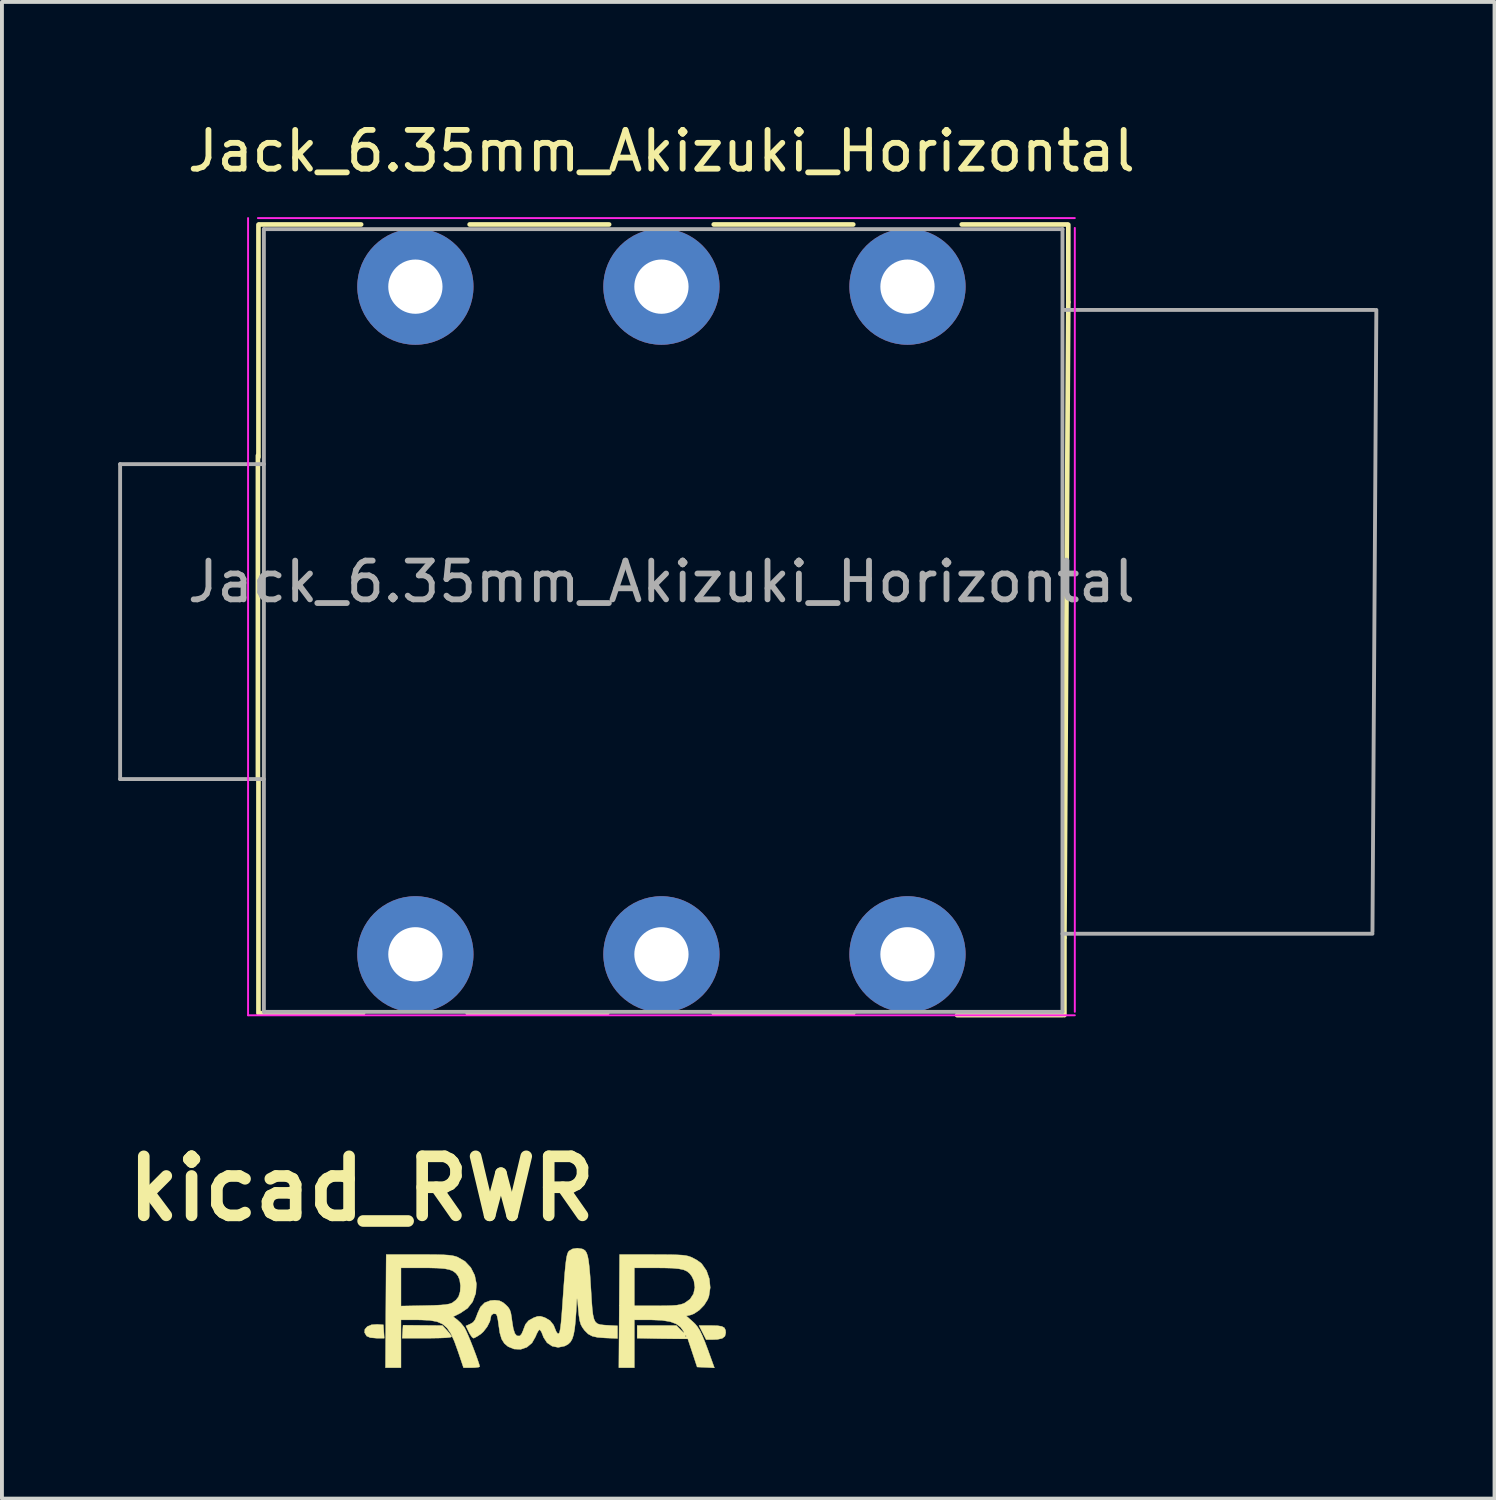
<source format=kicad_pcb>
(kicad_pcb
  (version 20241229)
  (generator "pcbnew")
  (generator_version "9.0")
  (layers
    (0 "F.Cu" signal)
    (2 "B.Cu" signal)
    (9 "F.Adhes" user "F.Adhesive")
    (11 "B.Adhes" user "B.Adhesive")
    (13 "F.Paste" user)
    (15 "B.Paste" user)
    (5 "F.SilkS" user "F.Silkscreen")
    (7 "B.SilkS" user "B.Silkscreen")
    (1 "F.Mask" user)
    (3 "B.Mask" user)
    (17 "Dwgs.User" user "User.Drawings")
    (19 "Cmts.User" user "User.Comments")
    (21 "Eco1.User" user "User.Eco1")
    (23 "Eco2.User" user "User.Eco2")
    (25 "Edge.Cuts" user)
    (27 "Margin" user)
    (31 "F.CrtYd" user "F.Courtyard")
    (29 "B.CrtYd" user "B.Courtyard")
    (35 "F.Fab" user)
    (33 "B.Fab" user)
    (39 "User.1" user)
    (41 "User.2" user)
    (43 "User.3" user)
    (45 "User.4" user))
  (footprint "kicad_RWR"
    (layer "F.Cu")
    (at 6.335 32.376)
    (property "Reference" "kicad_RWR" (at -0.05 -4.75 0) (layer "F.SilkS") (effects (font (size 1.524 1.524) (thickness 0.3))))
    (attr through_hole)
    (fp_poly (pts (xy 0.352 -1.247) (xy 0.509 -1.236) (xy 0.52 -1.063) (xy 0.531 -0.891) (xy 0.332 -0.891) (xy 0.172 -0.905) (xy 0.079 -0.945) (xy 0.076 -0.948) (xy 0.023 -1.037) (xy 0.032 -1.122) (xy 0.096 -1.192) (xy 0.204 -1.237) (xy 0.348 -1.247) (xy 0.352 -1.247)) (stroke (width 0.01) (type solid)) (fill yes) (layer "F.SilkS"))
    (fp_poly (pts (xy 9.13 -1.213) (xy 9.244 -1.195) (xy 9.31 -1.158) (xy 9.339 -1.096) (xy 9.345 -1.03) (xy 9.323 -0.941) (xy 9.253 -0.886) (xy 9.126 -0.859) (xy 9.021 -0.855) (xy 8.838 -0.855) (xy 8.746 -1.036) (xy 8.654 -1.218) (xy 8.956 -1.218) (xy 9.13 -1.213)) (stroke (width 0.01) (type solid)) (fill yes) (layer "F.SilkS"))
    (fp_poly (pts (xy 1.525 -1.221) (xy 2.033 -1.217) (xy 2.151 -1.091) (xy 2.221 -1.009) (xy 2.263 -0.946) (xy 2.269 -0.928) (xy 2.233 -0.913) (xy 2.129 -0.902) (xy 1.96 -0.895) (xy 1.73 -0.891) (xy 1.632 -0.891) (xy 0.995 -0.891) (xy 1.006 -1.059) (xy 1.017 -1.226) (xy 1.525 -1.221)) (stroke (width 0.01) (type solid)) (fill yes) (layer "F.SilkS"))
    (fp_poly (pts (xy 1.693 -3.049) (xy 1.908 -3.047) (xy 2.071 -3.042) (xy 2.194 -3.034) (xy 2.287 -3.022) (xy 2.36 -3.005) (xy 2.423 -2.984) (xy 2.616 -2.873) (xy 2.766 -2.712) (xy 2.866 -2.514) (xy 2.911 -2.291) (xy 2.894 -2.057) (xy 2.891 -2.044) (xy 2.812 -1.83) (xy 2.682 -1.664) (xy 2.495 -1.537) (xy 2.49 -1.535) (xy 2.31 -1.445) (xy 2.417 -1.366) (xy 2.507 -1.282) (xy 2.593 -1.175) (xy 2.608 -1.153) (xy 2.645 -1.08) (xy 2.698 -0.961) (xy 2.76 -0.812) (xy 2.825 -0.648) (xy 2.887 -0.485) (xy 2.94 -0.338) (xy 2.978 -0.225) (xy 2.995 -0.161) (xy 2.995 -0.156) (xy 2.962 -0.142) (xy 2.876 -0.132) (xy 2.786 -0.129) (xy 2.577 -0.129) (xy 2.437 -0.544) (xy 2.342 -0.808) (xy 2.25 -1.009) (xy 2.152 -1.155) (xy 2.036 -1.255) (xy 1.891 -1.318) (xy 1.708 -1.351) (xy 1.475 -1.362) (xy 1.387 -1.363) (xy 0.963 -1.363) (xy 0.963 -0.129) (xy 0.563 -0.129) (xy 0.579 -2.705) (xy 0.963 -2.705) (xy 0.963 -1.72) (xy 1.57 -1.732) (xy 1.812 -1.738) (xy 1.992 -1.747) (xy 2.122 -1.759) (xy 2.213 -1.776) (xy 2.277 -1.799) (xy 2.288 -1.804) (xy 2.382 -1.876) (xy 2.449 -1.96) (xy 2.489 -2.089) (xy 2.499 -2.244) (xy 2.478 -2.395) (xy 2.437 -2.494) (xy 2.38 -2.567) (xy 2.31 -2.621) (xy 2.216 -2.66) (xy 2.089 -2.685) (xy 1.916 -2.699) (xy 1.688 -2.705) (xy 1.547 -2.705) (xy 0.963 -2.705) (xy 0.579 -2.705) (xy 0.582 -3.05) (xy 1.416 -3.05) (xy 1.693 -3.049)) (stroke (width 0.01) (type solid)) (fill yes) (layer "F.SilkS"))
    (fp_poly (pts (xy 7.458 -3.049) (xy 7.732 -3.048) (xy 7.944 -3.046) (xy 8.104 -3.041) (xy 8.224 -3.034) (xy 8.313 -3.023) (xy 8.381 -3.008) (xy 8.44 -2.987) (xy 8.477 -2.972) (xy 8.595 -2.908) (xy 8.697 -2.837) (xy 8.726 -2.81) (xy 8.848 -2.634) (xy 8.922 -2.422) (xy 8.944 -2.196) (xy 8.911 -1.977) (xy 8.878 -1.889) (xy 8.787 -1.744) (xy 8.663 -1.616) (xy 8.526 -1.523) (xy 8.439 -1.49) (xy 8.326 -1.465) (xy 8.485 -1.325) (xy 8.558 -1.255) (xy 8.62 -1.179) (xy 8.679 -1.084) (xy 8.739 -0.959) (xy 8.808 -0.792) (xy 8.891 -0.572) (xy 8.925 -0.477) (xy 9.052 -0.126) (xy 8.829 -0.137) (xy 8.606 -0.147) (xy 8.486 -0.51) (xy 8.365 -0.874) (xy 8.156 -0.874) (xy 8.034 -0.875) (xy 7.864 -0.877) (xy 7.67 -0.879) (xy 7.503 -0.882) (xy 7.059 -0.891) (xy 7.059 -0.946) (xy 8.292 -0.946) (xy 8.31 -0.927) (xy 8.329 -0.946) (xy 8.31 -0.964) (xy 8.292 -0.946) (xy 7.059 -0.946) (xy 7.059 -1.218) (xy 7.565 -1.218) (xy 8.071 -1.218) (xy 8.185 -1.1) (xy 8.247 -1.042) (xy 8.27 -1.034) (xy 8.263 -1.055) (xy 8.181 -1.173) (xy 8.066 -1.26) (xy 7.907 -1.318) (xy 7.697 -1.352) (xy 7.426 -1.363) (xy 7.404 -1.363) (xy 6.986 -1.363) (xy 6.986 -0.129) (xy 6.586 -0.129) (xy 6.603 -2.705) (xy 6.986 -2.705) (xy 6.986 -1.726) (xy 7.558 -1.727) (xy 7.785 -1.728) (xy 7.954 -1.733) (xy 8.077 -1.742) (xy 8.169 -1.758) (xy 8.244 -1.781) (xy 8.281 -1.796) (xy 8.423 -1.897) (xy 8.513 -2.037) (xy 8.548 -2.201) (xy 8.523 -2.373) (xy 8.473 -2.481) (xy 8.417 -2.557) (xy 8.349 -2.615) (xy 8.259 -2.656) (xy 8.134 -2.682) (xy 7.966 -2.698) (xy 7.743 -2.704) (xy 7.568 -2.705) (xy 6.986 -2.705) (xy 6.603 -2.705) (xy 6.605 -3.05) (xy 7.458 -3.049)) (stroke (width 0.01) (type solid)) (fill yes) (layer "F.SilkS"))
    (fp_poly (pts (xy 5.639 -3.195) (xy 5.679 -3.177) (xy 5.72 -3.146) (xy 5.753 -3.093) (xy 5.781 -3.011) (xy 5.804 -2.891) (xy 5.824 -2.725) (xy 5.843 -2.506) (xy 5.861 -2.224) (xy 5.866 -2.148) (xy 5.883 -1.869) (xy 5.899 -1.655) (xy 5.918 -1.496) (xy 5.945 -1.383) (xy 5.982 -1.309) (xy 6.035 -1.264) (xy 6.107 -1.241) (xy 6.201 -1.23) (xy 6.292 -1.224) (xy 6.551 -1.21) (xy 6.551 -0.884) (xy 6.233 -0.897) (xy 6.04 -0.911) (xy 5.899 -0.943) (xy 5.793 -1) (xy 5.701 -1.092) (xy 5.645 -1.169) (xy 5.605 -1.243) (xy 5.576 -1.341) (xy 5.554 -1.479) (xy 5.537 -1.659) (xy 5.525 -1.796) (xy 5.514 -1.884) (xy 5.506 -1.916) (xy 5.501 -1.889) (xy 5.484 -1.574) (xy 5.466 -1.324) (xy 5.445 -1.129) (xy 5.418 -0.982) (xy 5.384 -0.874) (xy 5.34 -0.796) (xy 5.284 -0.741) (xy 5.214 -0.7) (xy 5.183 -0.686) (xy 5.019 -0.653) (xy 4.864 -0.685) (xy 4.733 -0.774) (xy 4.641 -0.915) (xy 4.623 -0.966) (xy 4.587 -1.055) (xy 4.55 -1.105) (xy 4.539 -1.109) (xy 4.506 -1.078) (xy 4.463 -0.997) (xy 4.436 -0.93) (xy 4.344 -0.768) (xy 4.212 -0.657) (xy 4.053 -0.603) (xy 3.881 -0.611) (xy 3.727 -0.674) (xy 3.631 -0.755) (xy 3.561 -0.868) (xy 3.514 -1.027) (xy 3.483 -1.236) (xy 3.465 -1.365) (xy 3.443 -1.465) (xy 3.42 -1.513) (xy 3.419 -1.514) (xy 3.353 -1.524) (xy 3.298 -1.489) (xy 3.285 -1.45) (xy 3.258 -1.324) (xy 3.187 -1.184) (xy 3.088 -1.057) (xy 3.02 -0.996) (xy 2.927 -0.935) (xy 2.855 -0.897) (xy 2.833 -0.891) (xy 2.794 -0.921) (xy 2.742 -0.997) (xy 2.715 -1.049) (xy 2.638 -1.207) (xy 2.753 -1.258) (xy 2.825 -1.301) (xy 2.876 -1.369) (xy 2.922 -1.482) (xy 2.934 -1.52) (xy 3.013 -1.694) (xy 3.123 -1.806) (xy 3.272 -1.862) (xy 3.385 -1.871) (xy 3.502 -1.858) (xy 3.598 -1.811) (xy 3.667 -1.753) (xy 3.73 -1.689) (xy 3.771 -1.626) (xy 3.798 -1.544) (xy 3.819 -1.422) (xy 3.831 -1.327) (xy 3.862 -1.136) (xy 3.902 -1.013) (xy 3.954 -0.952) (xy 4.021 -0.948) (xy 4.032 -0.952) (xy 4.074 -0.997) (xy 4.113 -1.083) (xy 4.12 -1.104) (xy 4.176 -1.249) (xy 4.258 -1.346) (xy 4.386 -1.417) (xy 4.392 -1.42) (xy 4.486 -1.453) (xy 4.561 -1.457) (xy 4.654 -1.43) (xy 4.682 -1.419) (xy 4.808 -1.346) (xy 4.901 -1.23) (xy 4.97 -1.06) (xy 5.006 -1.012) (xy 5.036 -1.009) (xy 5.056 -1.043) (xy 5.075 -1.136) (xy 5.094 -1.29) (xy 5.113 -1.51) (xy 5.125 -1.674) (xy 5.15 -2.031) (xy 5.171 -2.323) (xy 5.189 -2.557) (xy 5.206 -2.74) (xy 5.222 -2.878) (xy 5.237 -2.979) (xy 5.254 -3.051) (xy 5.272 -3.1) (xy 5.292 -3.133) (xy 5.299 -3.141) (xy 5.39 -3.195) (xy 5.514 -3.214) (xy 5.639 -3.195)) (stroke (width 0.01) (type solid)) (fill yes) (layer "F.SilkS")))
  (footprint "Jack_6.35mm_Akizuki_Horizontal"
    (layer "F.Cu")
    (at 7.67 3.848)
    (property "Reference" "Jack_6.35mm_Akizuki_Horizontal" (at 6.35 -3 0) (layer "F.SilkS") (effects (font (size 1 1) (thickness 0.15))))
    (attr through_hole)
    (fp_line (start -4.064 13.208) (end -4.064 4.858) (stroke (width 0.12) (type solid)) (layer "F.SilkS"))
    (fp_line (start -4.05 4.9) (end -4.05 -1.1) (stroke (width 0.12) (type solid)) (layer "F.SilkS"))
    (fp_line (start -4.05 19.25) (end -4.05 13.25) (stroke (width 0.12) (type solid)) (layer "F.SilkS"))
    (fp_line (start -4.03 -1.105) (end -1.4 -1.105) (stroke (width 0.12) (type solid)) (layer "F.SilkS"))
    (fp_line (start -1.35 19.25) (end -3.98 19.25) (stroke (width 0.12) (type solid)) (layer "F.SilkS"))
    (fp_line (start 1.4 -1.105) (end 5 -1.105) (stroke (width 0.12) (type solid)) (layer "F.SilkS"))
    (fp_line (start 4.95 19.25) (end 1.35 19.25) (stroke (width 0.12) (type solid)) (layer "F.SilkS"))
    (fp_line (start 7.7 -1.105) (end 11.3 -1.105) (stroke (width 0.12) (type solid)) (layer "F.SilkS"))
    (fp_line (start 11.3 19.25) (end 7.7 19.25) (stroke (width 0.12) (type solid)) (layer "F.SilkS"))
    (fp_line (start 16.7 19.3) (end 13.98 19.3) (stroke (width 0.12) (type solid)) (layer "F.SilkS"))
    (fp_line (start 16.75 17.3) (end 16.85 0.9) (stroke (width 0.12) (type solid)) (layer "F.SilkS"))
    (fp_line (start 16.75 19.3) (end 16.75 17.3) (stroke (width 0.12) (type solid)) (layer "F.SilkS"))
    (fp_line (start 16.82 -1.105) (end 14.1 -1.105) (stroke (width 0.12) (type solid)) (layer "F.SilkS"))
    (fp_line (start 16.85 0.9) (end 16.85 -1.1) (stroke (width 0.12) (type solid)) (layer "F.SilkS"))
    (fp_line (start -4.318 19.304) (end -4.318 -1.27) (stroke (width 0.05) (type solid)) (layer "F.CrtYd"))
    (fp_line (start -4.318 19.304) (end 17.018 19.304) (stroke (width 0.05) (type solid)) (layer "F.CrtYd"))
    (fp_line (start 17.018 -1.27) (end -4.064 -1.27) (stroke (width 0.05) (type solid)) (layer "F.CrtYd"))
    (fp_line (start 17.018 19.214) (end 17.018 -1.016) (stroke (width 0.05) (type solid)) (layer "F.CrtYd"))
    (fp_line (start -7.62 5.08) (end -3.91 5.08) (stroke (width 0.1) (type solid)) (layer "F.Fab"))
    (fp_line (start -7.62 13.208) (end -7.62 5.08) (stroke (width 0.1) (type solid)) (layer "F.Fab"))
    (fp_line (start -7.62 13.208) (end -3.91 13.208) (stroke (width 0.1) (type solid)) (layer "F.Fab"))
    (fp_line (start -3.91 19.215) (end -3.91 -0.985) (stroke (width 0.1) (type solid)) (layer "F.Fab"))
    (fp_line (start 16.7 -0.985) (end -3.91 -0.985) (stroke (width 0.1) (type solid)) (layer "F.Fab"))
    (fp_line (start 16.7 19.215) (end -3.91 19.215) (stroke (width 0.1) (type solid)) (layer "F.Fab"))
    (fp_line (start 16.7 19.215) (end 16.7 -0.985) (stroke (width 0.1) (type solid)) (layer "F.Fab"))
    (fp_line (start 24.7 17.15) (end 24.8 1.1) (stroke (width 0.1) (type solid)) (layer "F.Fab"))
    (fp_line (start 24.7 17.2) (end 16.7 17.2) (stroke (width 0.1) (type solid)) (layer "F.Fab"))
    (fp_line (start 24.75 1.1) (end 16.75 1.1) (stroke (width 0.1) (type solid)) (layer "F.Fab"))
    (fp_text user "${REFERENCE}" (at 6.35 8.115 0) (layer "F.Fab") (effects (font (size 1 1) (thickness 0.15))))
    (pad "R" thru_hole circle (at 6.35 0.5) (size 3 3) (drill 1.4) (layers "*.Cu" "*.Mask"))
    (pad "RN" thru_hole circle (at 6.35 17.73) (size 3 3) (drill 1.4) (layers "*.Cu" "*.Mask"))
    (pad "S" thru_hole circle (at 12.7 0.5) (size 3 3) (drill 1.4) (layers "*.Cu" "*.Mask"))
    (pad "SN" thru_hole circle (at 12.7 17.73) (size 3 3) (drill 1.4) (layers "*.Cu" "*.Mask"))
    (pad "T" thru_hole circle (at 0 0.5) (size 3 3) (drill 1.4) (layers "*.Cu" "*.Mask"))
    (pad "TN" thru_hole circle (at 0 17.73) (size 3 3) (drill 1.4) (layers "*.Cu" "*.Mask")))
  (gr_rect
    (start -3 -3)
    (end 35.52 35.626)
    (stroke (width 0.1) (type default))
    (fill no)
    (layer "Edge.Cuts")))
</source>
